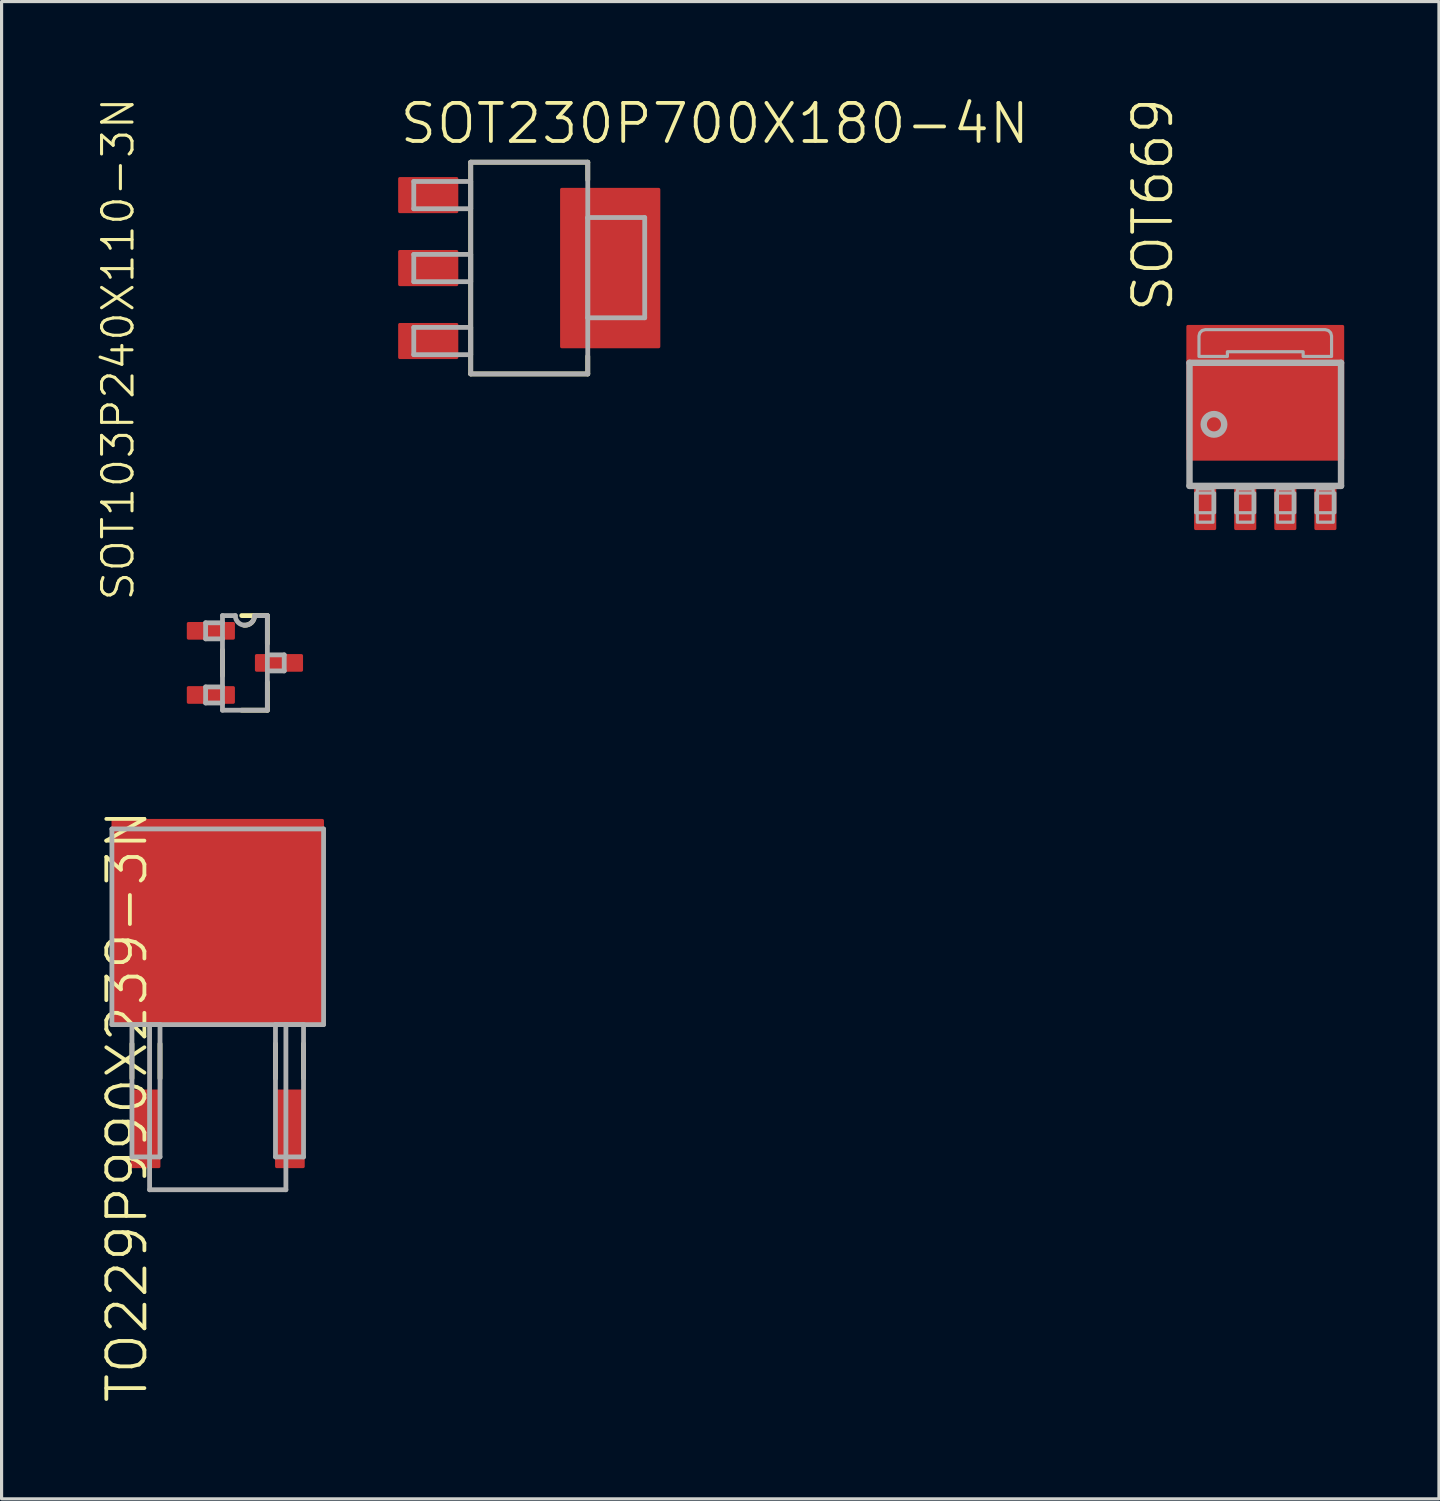
<source format=kicad_pcb>
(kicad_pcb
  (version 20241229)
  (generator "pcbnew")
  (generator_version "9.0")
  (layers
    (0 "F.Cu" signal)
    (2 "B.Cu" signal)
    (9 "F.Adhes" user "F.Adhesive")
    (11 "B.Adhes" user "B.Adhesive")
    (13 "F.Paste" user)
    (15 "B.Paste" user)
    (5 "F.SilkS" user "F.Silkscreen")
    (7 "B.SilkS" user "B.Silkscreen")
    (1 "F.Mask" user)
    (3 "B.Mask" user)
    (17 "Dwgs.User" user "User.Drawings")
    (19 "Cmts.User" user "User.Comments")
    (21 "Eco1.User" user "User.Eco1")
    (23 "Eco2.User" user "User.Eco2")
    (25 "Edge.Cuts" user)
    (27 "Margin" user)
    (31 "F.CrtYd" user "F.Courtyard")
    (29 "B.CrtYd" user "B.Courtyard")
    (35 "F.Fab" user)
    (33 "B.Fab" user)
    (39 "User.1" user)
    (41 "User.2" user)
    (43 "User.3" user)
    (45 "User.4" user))
  (footprint "SOT230P700X180-4N"
    (layer "F.Cu")
    (at 13.716 5.442)
    (property "Reference" "SOT230P700X180-4N" (at -4.166 -3.873 0) (layer "F.SilkS") (effects (font (size 1.206 1.206) (thickness 0.121)) (justify left bottom)))
    (attr through_hole)
    (fp_line (start -1.854 -3.353) (end -1.854 3.353) (stroke (width 0.152) (type solid)) (layer "F.SilkS"))
    (fp_line (start -1.854 3.353) (end 1.854 3.353) (stroke (width 0.152) (type solid)) (layer "F.SilkS"))
    (fp_line (start 1.854 -3.353) (end -1.854 -3.353) (stroke (width 0.152) (type solid)) (layer "F.SilkS"))
    (fp_line (start 1.854 -3.353) (end 1.854 -2.794) (stroke (width 0.152) (type solid)) (layer "F.SilkS"))
    (fp_line (start 1.854 2.794) (end 1.854 3.353) (stroke (width 0.152) (type solid)) (layer "F.SilkS"))
    (fp_line (start -3.658 -2.743) (end -3.658 -1.88) (stroke (width 0.152) (type solid)) (layer "F.Fab"))
    (fp_line (start -3.658 -1.88) (end -1.854 -1.88) (stroke (width 0.152) (type solid)) (layer "F.Fab"))
    (fp_line (start -3.658 -0.432) (end -3.658 0.432) (stroke (width 0.152) (type solid)) (layer "F.Fab"))
    (fp_line (start -3.658 0.432) (end -1.854 0.432) (stroke (width 0.152) (type solid)) (layer "F.Fab"))
    (fp_line (start -3.658 1.88) (end -3.658 2.743) (stroke (width 0.152) (type solid)) (layer "F.Fab"))
    (fp_line (start -3.658 2.743) (end -1.854 2.743) (stroke (width 0.152) (type solid)) (layer "F.Fab"))
    (fp_line (start -1.854 -3.353) (end -1.854 3.353) (stroke (width 0.152) (type solid)) (layer "F.Fab"))
    (fp_line (start -1.854 -2.743) (end -3.658 -2.743) (stroke (width 0.152) (type solid)) (layer "F.Fab"))
    (fp_line (start -1.854 -1.88) (end -1.854 -2.743) (stroke (width 0.152) (type solid)) (layer "F.Fab"))
    (fp_line (start -1.854 -0.432) (end -3.658 -0.432) (stroke (width 0.152) (type solid)) (layer "F.Fab"))
    (fp_line (start -1.854 0.432) (end -1.854 -0.432) (stroke (width 0.152) (type solid)) (layer "F.Fab"))
    (fp_line (start -1.854 1.88) (end -3.658 1.88) (stroke (width 0.152) (type solid)) (layer "F.Fab"))
    (fp_line (start -1.854 2.743) (end -1.854 1.88) (stroke (width 0.152) (type solid)) (layer "F.Fab"))
    (fp_line (start -1.854 3.353) (end 1.854 3.353) (stroke (width 0.152) (type solid)) (layer "F.Fab"))
    (fp_line (start 1.854 -3.353) (end -1.854 -3.353) (stroke (width 0.152) (type solid)) (layer "F.Fab"))
    (fp_line (start 1.854 -1.6) (end 1.854 -3.353) (stroke (width 0.152) (type solid)) (layer "F.Fab"))
    (fp_line (start 1.854 -1.6) (end 3.658 -1.6) (stroke (width 0.152) (type solid)) (layer "F.Fab"))
    (fp_line (start 1.854 -1.575) (end 1.854 1.575) (stroke (width 0.152) (type solid)) (layer "F.Fab"))
    (fp_line (start 1.854 1.575) (end 3.658 1.575) (stroke (width 0.152) (type solid)) (layer "F.Fab"))
    (fp_line (start 1.854 3.353) (end 1.854 -1.6) (stroke (width 0.152) (type solid)) (layer "F.Fab"))
    (fp_line (start 3.658 1.575) (end 3.658 -1.6) (stroke (width 0.152) (type solid)) (layer "F.Fab"))
    (pad "1" smd roundrect (at -3.2 -2.311) (size 1.905 1.143) (layers "F.Cu" "F.Mask" "F.Paste") (roundrect_rratio 0.044))
    (pad "2" smd roundrect (at -3.2 0) (size 1.905 1.143) (layers "F.Cu" "F.Mask" "F.Paste") (roundrect_rratio 0.044))
    (pad "3" smd roundrect (at -3.2 2.311) (size 1.905 1.143) (layers "F.Cu" "F.Mask" "F.Paste") (roundrect_rratio 0.044))
    (pad "4" smd roundrect (at 2.565 0) (size 3.175 5.08) (layers "F.Cu" "F.Mask" "F.Paste") (roundrect_rratio 0.016)))
  (footprint "SOT669"
    (layer "F.Cu")
    (at 37.033 10.393)
    (property "Reference" "SOT669" (at -2.857 -3.493 270) (layer "F.SilkS") (effects (font (size 1.206 1.206) (thickness 0.121)) (justify left bottom)))
    (attr through_hole)
    (fp_line (start -2.4 1.753) (end -2.4 1.346) (stroke (width 0.152) (type solid)) (layer "F.SilkS"))
    (fp_line (start 2.4 1.346) (end 2.4 1.753) (stroke (width 0.152) (type solid)) (layer "F.SilkS"))
    (fp_poly (pts (xy -2.4 -2.05) (xy 2.425 -2.05) (xy 2.425 -3.1) (xy -2.4 -3.1)) (stroke (width 0) (type solid)) (fill yes) (layer "F.Paste"))
    (fp_poly (pts (xy -1.575 1.025) (xy 1.575 1.025) (xy 1.575 -2.075) (xy -1.575 -2.075)) (stroke (width 0) (type solid)) (fill yes) (layer "F.Paste"))
    (fp_line (start -2.4 -1.95) (end 2.4 -1.95) (stroke (width 0.203) (type solid)) (layer "F.Fab"))
    (fp_line (start -2.4 1.95) (end -2.4 -1.95) (stroke (width 0.203) (type solid)) (layer "F.Fab"))
    (fp_line (start 2.4 -1.95) (end 2.4 1.95) (stroke (width 0.203) (type solid)) (layer "F.Fab"))
    (fp_line (start 2.4 1.95) (end -2.4 1.95) (stroke (width 0.203) (type solid)) (layer "F.Fab"))
    (fp_circle (center -1.625 0) (end -1.3 0) (stroke (width 0.203) (type solid)) (fill no) (layer "F.Fab"))
    (fp_poly (pts (xy -2.205 2.8) (xy -1.605 2.8) (xy -1.605 2.175) (xy -2.205 2.175)) (stroke (width 0.1) (type solid)) (fill no) (layer "F.Fab"))
    (fp_poly (pts (xy -2.155 3.1) (xy -1.655 3.1) (xy -1.655 2.05) (xy -2.155 2.05)) (stroke (width 0.1) (type solid)) (fill no) (layer "F.Fab"))
    (fp_poly (pts (xy -0.935 2.8) (xy -0.335 2.8) (xy -0.335 2.175) (xy -0.935 2.175)) (stroke (width 0.1) (type solid)) (fill no) (layer "F.Fab"))
    (fp_poly (pts (xy -0.885 3.1) (xy -0.385 3.1) (xy -0.385 2.05) (xy -0.885 2.05)) (stroke (width 0.1) (type solid)) (fill no) (layer "F.Fab"))
    (fp_poly (pts (xy 0.335 2.8) (xy 0.935 2.8) (xy 0.935 2.175) (xy 0.335 2.175)) (stroke (width 0.1) (type solid)) (fill no) (layer "F.Fab"))
    (fp_poly (pts (xy 0.385 3.1) (xy 0.885 3.1) (xy 0.885 2.05) (xy 0.385 2.05)) (stroke (width 0.1) (type solid)) (fill no) (layer "F.Fab"))
    (fp_poly (pts (xy 1.605 2.8) (xy 2.205 2.8) (xy 2.205 2.175) (xy 1.605 2.175)) (stroke (width 0.1) (type solid)) (fill no) (layer "F.Fab"))
    (fp_poly (pts (xy 1.655 3.1) (xy 2.155 3.1) (xy 2.155 2.05) (xy 1.655 2.05)) (stroke (width 0.1) (type solid)) (fill no) (layer "F.Fab"))
    (fp_poly (pts (xy -2.1 -2.15) (xy -2.1 -2.8) (xy -2.073 -2.9) (xy -2 -2.973) (xy -1.9 -3) (xy 1.9 -3) (xy 2 -2.973) (xy 2.073 -2.9) (xy 2.1 -2.8) (xy 2.1 -2.15) (xy 1.2 -2.15) (xy 1.2 -2.3) (xy -1.2 -2.3) (xy -1.2 -2.15)) (stroke (width 0.1) (type solid)) (fill no) (layer "F.Fab"))
    (pad "1" smd roundrect (at -1.905 2.65) (size 0.7 1.4) (layers "F.Cu" "F.Mask" "F.Paste") (roundrect_rratio 0.073))
    (pad "2" smd roundrect (at -0.635 2.65) (size 0.7 1.4) (layers "F.Cu" "F.Mask" "F.Paste") (roundrect_rratio 0.073))
    (pad "3" smd roundrect (at 0.635 2.65) (size 0.7 1.4) (layers "F.Cu" "F.Mask" "F.Paste") (roundrect_rratio 0.073))
    (pad "4" smd roundrect (at 1.905 2.65) (size 0.7 1.4) (layers "F.Cu" "F.Mask" "F.Paste") (roundrect_rratio 0.073))
    (pad "MB" smd roundrect (at 0 -1) (size 5 4.3) (layers "F.Cu" "F.Mask") (roundrect_rratio 0.012)))
  (footprint "SOT103P240X110-3N"
    (layer "F.Cu")
    (at 4.709 17.95)
    (property "Reference" "SOT103P240X110-3N" (at -3.454 -1.905 270) (layer "F.SilkS") (effects (font (size 0.965 0.965) (thickness 0.097)) (justify left bottom)))
    (attr through_hole)
    (fp_line (start -0.711 -0.406) (end -0.711 0.406) (stroke (width 0.152) (type solid)) (layer "F.SilkS"))
    (fp_line (start -0.102 1.499) (end 0.711 1.499) (stroke (width 0.152) (type solid)) (layer "F.SilkS"))
    (fp_line (start 0.305 -1.499) (end -0.102 -1.499) (stroke (width 0.152) (type solid)) (layer "F.SilkS"))
    (fp_line (start 0.711 -1.499) (end 0.305 -1.499) (stroke (width 0.152) (type solid)) (layer "F.SilkS"))
    (fp_line (start 0.711 -0.61) (end 0.711 -1.499) (stroke (width 0.152) (type solid)) (layer "F.SilkS"))
    (fp_line (start 0.711 1.499) (end 0.711 0.61) (stroke (width 0.152) (type solid)) (layer "F.SilkS"))
    (fp_arc (start 0.3048 -1.4986) (mid 0.206758 -1.273554) (end -0.0254 -1.1938) (stroke (width 0.1524) (type solid)) (layer "F.SilkS"))
    (fp_line (start -1.245 -1.27) (end -1.245 -0.762) (stroke (width 0.152) (type solid)) (layer "F.Fab"))
    (fp_line (start -1.245 -0.762) (end -0.711 -0.762) (stroke (width 0.152) (type solid)) (layer "F.Fab"))
    (fp_line (start -1.245 0.762) (end -1.245 1.27) (stroke (width 0.152) (type solid)) (layer "F.Fab"))
    (fp_line (start -1.245 1.27) (end -0.711 1.27) (stroke (width 0.152) (type solid)) (layer "F.Fab"))
    (fp_line (start -0.711 -1.499) (end -0.711 -1.27) (stroke (width 0.152) (type solid)) (layer "F.Fab"))
    (fp_line (start -0.711 -1.27) (end -1.245 -1.27) (stroke (width 0.152) (type solid)) (layer "F.Fab"))
    (fp_line (start -0.711 -1.27) (end -0.711 -0.762) (stroke (width 0.152) (type solid)) (layer "F.Fab"))
    (fp_line (start -0.711 -0.762) (end -0.711 0.762) (stroke (width 0.152) (type solid)) (layer "F.Fab"))
    (fp_line (start -0.711 0.762) (end -1.245 0.762) (stroke (width 0.152) (type solid)) (layer "F.Fab"))
    (fp_line (start -0.711 1.27) (end -0.711 0.762) (stroke (width 0.152) (type solid)) (layer "F.Fab"))
    (fp_line (start -0.711 1.499) (end -0.711 1.27) (stroke (width 0.152) (type solid)) (layer "F.Fab"))
    (fp_line (start -0.711 1.499) (end 0.711 1.499) (stroke (width 0.152) (type solid)) (layer "F.Fab"))
    (fp_line (start -0.305 -1.499) (end -0.711 -1.499) (stroke (width 0.152) (type solid)) (layer "F.Fab"))
    (fp_line (start 0.711 -1.499) (end 0.305 -1.499) (stroke (width 0.152) (type solid)) (layer "F.Fab"))
    (fp_line (start 0.711 -0.254) (end 0.711 -1.499) (stroke (width 0.152) (type solid)) (layer "F.Fab"))
    (fp_line (start 0.711 0.254) (end 0.711 -0.254) (stroke (width 0.152) (type solid)) (layer "F.Fab"))
    (fp_line (start 0.711 0.254) (end 1.245 0.254) (stroke (width 0.152) (type solid)) (layer "F.Fab"))
    (fp_line (start 0.711 1.499) (end 0.711 0.254) (stroke (width 0.152) (type solid)) (layer "F.Fab"))
    (fp_line (start 1.245 -0.254) (end 0.711 -0.254) (stroke (width 0.152) (type solid)) (layer "F.Fab"))
    (fp_line (start 1.245 0.254) (end 1.245 -0.254) (stroke (width 0.152) (type solid)) (layer "F.Fab"))
    (fp_arc (start 0.3048 -1.4986) (mid 0 -1.1938) (end -0.3048 -1.4986) (stroke (width 0.1524) (type solid)) (layer "F.Fab"))
    (pad "1" smd roundrect (at -1.079 -1.016) (size 1.524 0.559) (layers "F.Cu" "F.Mask" "F.Paste") (roundrect_rratio 0.091))
    (pad "2" smd roundrect (at -1.079 1.016) (size 1.524 0.559) (layers "F.Cu" "F.Mask" "F.Paste") (roundrect_rratio 0.091))
    (pad "3" smd roundrect (at 1.079 0) (size 1.524 0.559) (layers "F.Cu" "F.Mask" "F.Paste") (roundrect_rratio 0.091)))
  (footprint "TO229P990X239-3N"
    (layer "F.Cu")
    (at 3.848 26.31)
    (property "Reference" "TO229P990X239-3N" (at -3.581 -3.785 270) (layer "F.SilkS") (effects (font (size 1.206 1.206) (thickness 0.121)) (justify right top)))
    (attr through_hole)
    (fp_line (start -2.718 3.708) (end -2.718 4.801) (stroke (width 0.152) (type solid)) (layer "F.SilkS"))
    (fp_line (start -1.829 3.708) (end -1.829 4.801) (stroke (width 0.152) (type solid)) (layer "F.SilkS"))
    (fp_line (start 1.829 3.708) (end 1.829 4.801) (stroke (width 0.152) (type solid)) (layer "F.SilkS"))
    (fp_line (start 2.718 3.708) (end 2.718 4.801) (stroke (width 0.152) (type solid)) (layer "F.SilkS"))
    (fp_line (start -3.353 -3.099) (end -3.353 3.099) (stroke (width 0.152) (type solid)) (layer "F.Fab"))
    (fp_line (start -3.353 3.099) (end 3.353 3.099) (stroke (width 0.152) (type solid)) (layer "F.Fab"))
    (fp_line (start -2.718 3.099) (end -2.718 7.29) (stroke (width 0.152) (type solid)) (layer "F.Fab"))
    (fp_line (start -2.718 7.29) (end -1.829 7.29) (stroke (width 0.152) (type solid)) (layer "F.Fab"))
    (fp_line (start -2.159 3.099) (end -2.718 3.099) (stroke (width 0.152) (type solid)) (layer "F.Fab"))
    (fp_line (start -2.159 3.099) (end -2.159 8.331) (stroke (width 0.152) (type solid)) (layer "F.Fab"))
    (fp_line (start -2.159 8.331) (end 2.159 8.331) (stroke (width 0.152) (type solid)) (layer "F.Fab"))
    (fp_line (start -1.829 3.099) (end -2.159 3.099) (stroke (width 0.152) (type solid)) (layer "F.Fab"))
    (fp_line (start -1.829 7.29) (end -1.829 3.099) (stroke (width 0.152) (type solid)) (layer "F.Fab"))
    (fp_line (start 1.829 3.099) (end 1.829 7.29) (stroke (width 0.152) (type solid)) (layer "F.Fab"))
    (fp_line (start 1.829 7.29) (end 2.718 7.29) (stroke (width 0.152) (type solid)) (layer "F.Fab"))
    (fp_line (start 2.159 3.099) (end 1.829 3.099) (stroke (width 0.152) (type solid)) (layer "F.Fab"))
    (fp_line (start 2.159 8.331) (end 2.159 3.099) (stroke (width 0.152) (type solid)) (layer "F.Fab"))
    (fp_line (start 2.718 3.099) (end 2.159 3.099) (stroke (width 0.152) (type solid)) (layer "F.Fab"))
    (fp_line (start 2.718 7.29) (end 2.718 3.099) (stroke (width 0.152) (type solid)) (layer "F.Fab"))
    (fp_line (start 3.353 -3.099) (end -3.353 -3.099) (stroke (width 0.152) (type solid)) (layer "F.Fab"))
    (fp_line (start 3.353 3.099) (end 3.353 -3.099) (stroke (width 0.152) (type solid)) (layer "F.Fab"))
    (pad "1" smd roundrect (at -2.286 6.401) (size 0.94 2.489) (layers "F.Cu" "F.Mask" "F.Paste") (roundrect_rratio 0.054))
    (pad "2" smd roundrect (at 0 -0.152) (size 6.731 6.528) (layers "F.Cu" "F.Mask" "F.Paste") (roundrect_rratio 0.008))
    (pad "3" smd roundrect (at 2.286 6.401) (size 0.94 2.489) (layers "F.Cu" "F.Mask" "F.Paste") (roundrect_rratio 0.054)))
  (gr_rect
    (start -3 -3)
    (end 42.535 44.433)
    (stroke (width 0.1) (type default))
    (fill no)
    (layer "Edge.Cuts")))
</source>
